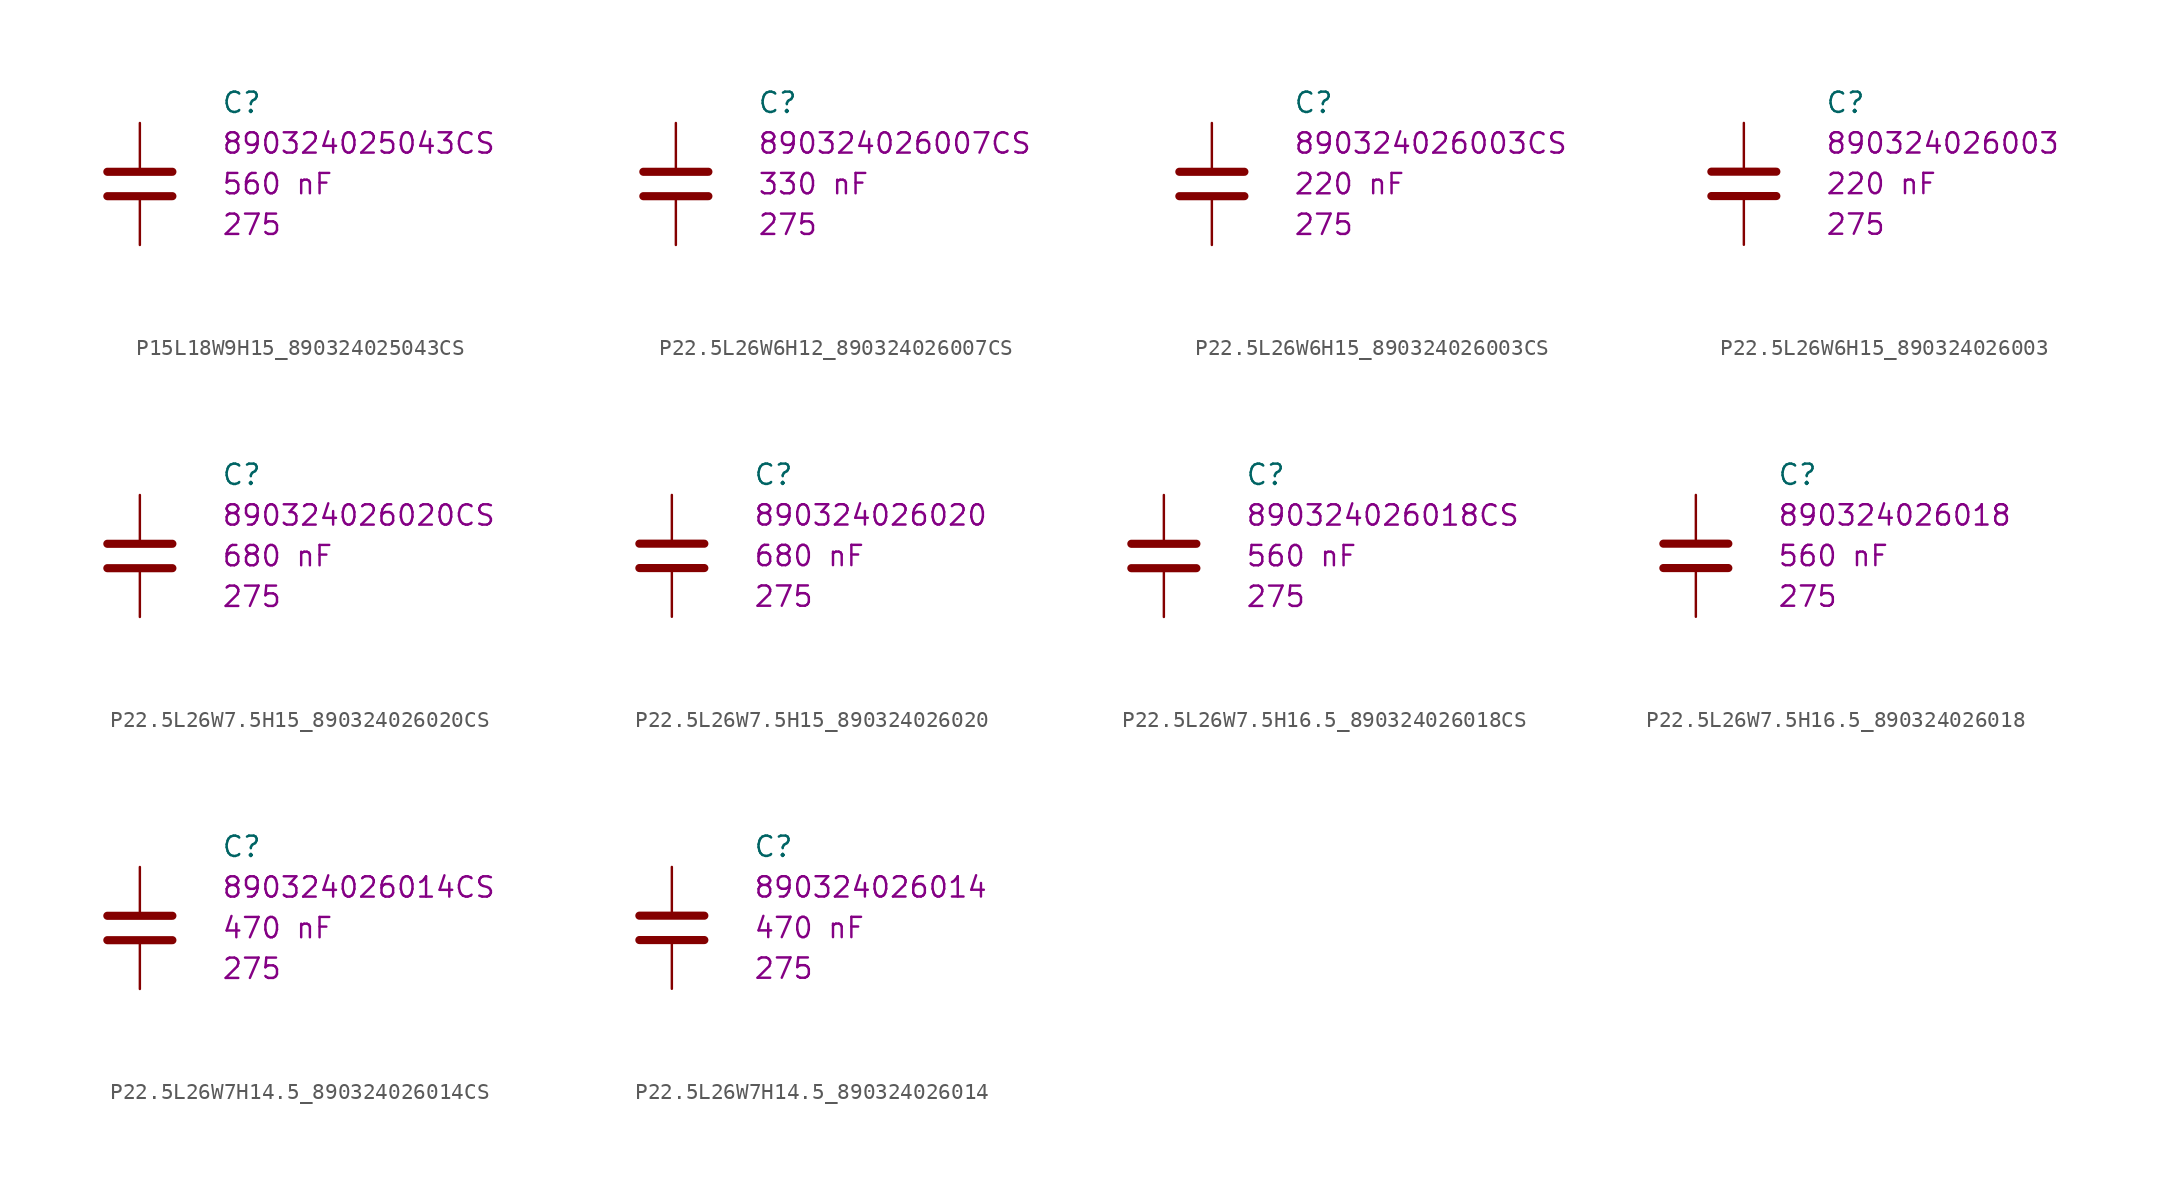
<source format=kicad_sym>
(kicad_symbol_lib
  (version 20220914)
  (generator kicad_symbol_editor)
  (symbol "P15L18W9H15_890324025043CS"
    (pin_numbers hide)
    (pin_names hide)
    (property "Reference" "C"
      (at 5.08 5.08 0)
      (effects (font (size 1.27 1.27)) (justify left)))
    (property "Part Number" "890324025043CS"
      (at 5.08 2.54 0)
      (effects (font (size 1.27 1.27)) (justify left)))
    (property "Capacitance" "560 nF"
      (at 5.08 0 0)
      (effects (font (size 1.27 1.27)) (justify left)))
    (property "Voltage" "275"
      (at 5.08 -2.54 0)
      (effects (font (size 1.27 1.27)) (justify left)))
    (property "Critical Parameter" ""
      (at 0 -7.62 0)
      (effects (font (size 1.27 1.27))))
    (symbol "P15L18W9H15_890324025043CS_0_1"
      (polyline (pts (xy -2.032 -0.762) (xy 2.032 -0.762)) (stroke (width 0.508) (type default)) (fill (type none)))
      (polyline (pts (xy -2.032 0.762) (xy 2.032 0.762)) (stroke (width 0.508) (type default)) (fill (type none))))
    (symbol "P15L18W9H15_890324025043CS_1_1"
      (pin passive line (at 0 3.81 270) (length 2.794) (name "1" (effects (font (size 1.27 1.27)))) (number "1" (effects (font (size 1.27 1.27)))))
      (pin passive line (at 0 -3.81 90) (length 2.794) (name "2" (effects (font (size 1.27 1.27)))) (number "2" (effects (font (size 1.27 1.27)))))))
  (symbol "P22.5L26W6H12_890324026007CS"
    (pin_numbers hide)
    (pin_names hide)
    (property "Reference" "C"
      (at 5.08 5.08 0)
      (effects (font (size 1.27 1.27)) (justify left)))
    (property "Part Number" "890324026007CS"
      (at 5.08 2.54 0)
      (effects (font (size 1.27 1.27)) (justify left)))
    (property "Capacitance" "330 nF"
      (at 5.08 0 0)
      (effects (font (size 1.27 1.27)) (justify left)))
    (property "Voltage" "275"
      (at 5.08 -2.54 0)
      (effects (font (size 1.27 1.27)) (justify left)))
    (property "Critical Parameter" ""
      (at 0 -7.62 0)
      (effects (font (size 1.27 1.27))))
    (symbol "P22.5L26W6H12_890324026007CS_0_1"
      (polyline (pts (xy -2.032 -0.762) (xy 2.032 -0.762)) (stroke (width 0.508) (type default)) (fill (type none)))
      (polyline (pts (xy -2.032 0.762) (xy 2.032 0.762)) (stroke (width 0.508) (type default)) (fill (type none))))
    (symbol "P22.5L26W6H12_890324026007CS_1_1"
      (pin passive line (at 0 3.81 270) (length 2.794) (name "1" (effects (font (size 1.27 1.27)))) (number "1" (effects (font (size 1.27 1.27)))))
      (pin passive line (at 0 -3.81 90) (length 2.794) (name "2" (effects (font (size 1.27 1.27)))) (number "2" (effects (font (size 1.27 1.27)))))))
  (symbol "P22.5L26W6H15_890324026003CS"
    (pin_numbers hide)
    (pin_names hide)
    (property "Reference" "C"
      (at 5.08 5.08 0)
      (effects (font (size 1.27 1.27)) (justify left)))
    (property "Part Number" "890324026003CS"
      (at 5.08 2.54 0)
      (effects (font (size 1.27 1.27)) (justify left)))
    (property "Capacitance" "220 nF"
      (at 5.08 0 0)
      (effects (font (size 1.27 1.27)) (justify left)))
    (property "Voltage" "275"
      (at 5.08 -2.54 0)
      (effects (font (size 1.27 1.27)) (justify left)))
    (property "Critical Parameter" ""
      (at 0 -7.62 0)
      (effects (font (size 1.27 1.27))))
    (symbol "P22.5L26W6H15_890324026003CS_0_1"
      (polyline (pts (xy -2.032 -0.762) (xy 2.032 -0.762)) (stroke (width 0.508) (type default)) (fill (type none)))
      (polyline (pts (xy -2.032 0.762) (xy 2.032 0.762)) (stroke (width 0.508) (type default)) (fill (type none))))
    (symbol "P22.5L26W6H15_890324026003CS_1_1"
      (pin passive line (at 0 3.81 270) (length 2.794) (name "1" (effects (font (size 1.27 1.27)))) (number "1" (effects (font (size 1.27 1.27)))))
      (pin passive line (at 0 -3.81 90) (length 2.794) (name "2" (effects (font (size 1.27 1.27)))) (number "2" (effects (font (size 1.27 1.27)))))))
  (symbol "P22.5L26W6H15_890324026003"
    (pin_numbers hide)
    (pin_names hide)
    (property "Reference" "C"
      (at 5.08 5.08 0)
      (effects (font (size 1.27 1.27)) (justify left)))
    (property "Part Number" "890324026003"
      (at 5.08 2.54 0)
      (effects (font (size 1.27 1.27)) (justify left)))
    (property "Capacitance" "220 nF"
      (at 5.08 0 0)
      (effects (font (size 1.27 1.27)) (justify left)))
    (property "Voltage" "275"
      (at 5.08 -2.54 0)
      (effects (font (size 1.27 1.27)) (justify left)))
    (property "Critical Parameter" ""
      (at 0 -7.62 0)
      (effects (font (size 1.27 1.27))))
    (symbol "P22.5L26W6H15_890324026003_0_1"
      (polyline (pts (xy -2.032 -0.762) (xy 2.032 -0.762)) (stroke (width 0.508) (type default)) (fill (type none)))
      (polyline (pts (xy -2.032 0.762) (xy 2.032 0.762)) (stroke (width 0.508) (type default)) (fill (type none))))
    (symbol "P22.5L26W6H15_890324026003_1_1"
      (pin passive line (at 0 3.81 270) (length 2.794) (name "1" (effects (font (size 1.27 1.27)))) (number "1" (effects (font (size 1.27 1.27)))))
      (pin passive line (at 0 -3.81 90) (length 2.794) (name "2" (effects (font (size 1.27 1.27)))) (number "2" (effects (font (size 1.27 1.27)))))))
  (symbol "P22.5L26W7.5H15_890324026020CS"
    (pin_numbers hide)
    (pin_names hide)
    (property "Reference" "C"
      (at 5.08 5.08 0)
      (effects (font (size 1.27 1.27)) (justify left)))
    (property "Part Number" "890324026020CS"
      (at 5.08 2.54 0)
      (effects (font (size 1.27 1.27)) (justify left)))
    (property "Capacitance" "680 nF"
      (at 5.08 0 0)
      (effects (font (size 1.27 1.27)) (justify left)))
    (property "Voltage" "275"
      (at 5.08 -2.54 0)
      (effects (font (size 1.27 1.27)) (justify left)))
    (property "Critical Parameter" ""
      (at 0 -7.62 0)
      (effects (font (size 1.27 1.27))))
    (symbol "P22.5L26W7.5H15_890324026020CS_0_1"
      (polyline (pts (xy -2.032 -0.762) (xy 2.032 -0.762)) (stroke (width 0.508) (type default)) (fill (type none)))
      (polyline (pts (xy -2.032 0.762) (xy 2.032 0.762)) (stroke (width 0.508) (type default)) (fill (type none))))
    (symbol "P22.5L26W7.5H15_890324026020CS_1_1"
      (pin passive line (at 0 3.81 270) (length 2.794) (name "1" (effects (font (size 1.27 1.27)))) (number "1" (effects (font (size 1.27 1.27)))))
      (pin passive line (at 0 -3.81 90) (length 2.794) (name "2" (effects (font (size 1.27 1.27)))) (number "2" (effects (font (size 1.27 1.27)))))))
  (symbol "P22.5L26W7.5H15_890324026020"
    (pin_numbers hide)
    (pin_names hide)
    (property "Reference" "C"
      (at 5.08 5.08 0)
      (effects (font (size 1.27 1.27)) (justify left)))
    (property "Part Number" "890324026020"
      (at 5.08 2.54 0)
      (effects (font (size 1.27 1.27)) (justify left)))
    (property "Capacitance" "680 nF"
      (at 5.08 0 0)
      (effects (font (size 1.27 1.27)) (justify left)))
    (property "Voltage" "275"
      (at 5.08 -2.54 0)
      (effects (font (size 1.27 1.27)) (justify left)))
    (property "Critical Parameter" ""
      (at 0 -7.62 0)
      (effects (font (size 1.27 1.27))))
    (symbol "P22.5L26W7.5H15_890324026020_0_1"
      (polyline (pts (xy -2.032 -0.762) (xy 2.032 -0.762)) (stroke (width 0.508) (type default)) (fill (type none)))
      (polyline (pts (xy -2.032 0.762) (xy 2.032 0.762)) (stroke (width 0.508) (type default)) (fill (type none))))
    (symbol "P22.5L26W7.5H15_890324026020_1_1"
      (pin passive line (at 0 3.81 270) (length 2.794) (name "1" (effects (font (size 1.27 1.27)))) (number "1" (effects (font (size 1.27 1.27)))))
      (pin passive line (at 0 -3.81 90) (length 2.794) (name "2" (effects (font (size 1.27 1.27)))) (number "2" (effects (font (size 1.27 1.27)))))))
  (symbol "P22.5L26W7.5H16.5_890324026018CS"
    (pin_numbers hide)
    (pin_names hide)
    (property "Reference" "C"
      (at 5.08 5.08 0)
      (effects (font (size 1.27 1.27)) (justify left)))
    (property "Part Number" "890324026018CS"
      (at 5.08 2.54 0)
      (effects (font (size 1.27 1.27)) (justify left)))
    (property "Capacitance" "560 nF"
      (at 5.08 0 0)
      (effects (font (size 1.27 1.27)) (justify left)))
    (property "Voltage" "275"
      (at 5.08 -2.54 0)
      (effects (font (size 1.27 1.27)) (justify left)))
    (property "Critical Parameter" ""
      (at 0 -7.62 0)
      (effects (font (size 1.27 1.27))))
    (symbol "P22.5L26W7.5H16.5_890324026018CS_0_1"
      (polyline (pts (xy -2.032 -0.762) (xy 2.032 -0.762)) (stroke (width 0.508) (type default)) (fill (type none)))
      (polyline (pts (xy -2.032 0.762) (xy 2.032 0.762)) (stroke (width 0.508) (type default)) (fill (type none))))
    (symbol "P22.5L26W7.5H16.5_890324026018CS_1_1"
      (pin passive line (at 0 3.81 270) (length 2.794) (name "1" (effects (font (size 1.27 1.27)))) (number "1" (effects (font (size 1.27 1.27)))))
      (pin passive line (at 0 -3.81 90) (length 2.794) (name "2" (effects (font (size 1.27 1.27)))) (number "2" (effects (font (size 1.27 1.27)))))))
  (symbol "P22.5L26W7.5H16.5_890324026018"
    (pin_numbers hide)
    (pin_names hide)
    (property "Reference" "C"
      (at 5.08 5.08 0)
      (effects (font (size 1.27 1.27)) (justify left)))
    (property "Part Number" "890324026018"
      (at 5.08 2.54 0)
      (effects (font (size 1.27 1.27)) (justify left)))
    (property "Capacitance" "560 nF"
      (at 5.08 0 0)
      (effects (font (size 1.27 1.27)) (justify left)))
    (property "Voltage" "275"
      (at 5.08 -2.54 0)
      (effects (font (size 1.27 1.27)) (justify left)))
    (property "Critical Parameter" ""
      (at 0 -7.62 0)
      (effects (font (size 1.27 1.27))))
    (symbol "P22.5L26W7.5H16.5_890324026018_0_1"
      (polyline (pts (xy -2.032 -0.762) (xy 2.032 -0.762)) (stroke (width 0.508) (type default)) (fill (type none)))
      (polyline (pts (xy -2.032 0.762) (xy 2.032 0.762)) (stroke (width 0.508) (type default)) (fill (type none))))
    (symbol "P22.5L26W7.5H16.5_890324026018_1_1"
      (pin passive line (at 0 3.81 270) (length 2.794) (name "1" (effects (font (size 1.27 1.27)))) (number "1" (effects (font (size 1.27 1.27)))))
      (pin passive line (at 0 -3.81 90) (length 2.794) (name "2" (effects (font (size 1.27 1.27)))) (number "2" (effects (font (size 1.27 1.27)))))))
  (symbol "P22.5L26W7H14.5_890324026014CS"
    (pin_numbers hide)
    (pin_names hide)
    (property "Reference" "C"
      (at 5.08 5.08 0)
      (effects (font (size 1.27 1.27)) (justify left)))
    (property "Part Number" "890324026014CS"
      (at 5.08 2.54 0)
      (effects (font (size 1.27 1.27)) (justify left)))
    (property "Capacitance" "470 nF"
      (at 5.08 0 0)
      (effects (font (size 1.27 1.27)) (justify left)))
    (property "Voltage" "275"
      (at 5.08 -2.54 0)
      (effects (font (size 1.27 1.27)) (justify left)))
    (property "Critical Parameter" ""
      (at 0 -7.62 0)
      (effects (font (size 1.27 1.27))))
    (symbol "P22.5L26W7H14.5_890324026014CS_0_1"
      (polyline (pts (xy -2.032 -0.762) (xy 2.032 -0.762)) (stroke (width 0.508) (type default)) (fill (type none)))
      (polyline (pts (xy -2.032 0.762) (xy 2.032 0.762)) (stroke (width 0.508) (type default)) (fill (type none))))
    (symbol "P22.5L26W7H14.5_890324026014CS_1_1"
      (pin passive line (at 0 3.81 270) (length 2.794) (name "1" (effects (font (size 1.27 1.27)))) (number "1" (effects (font (size 1.27 1.27)))))
      (pin passive line (at 0 -3.81 90) (length 2.794) (name "2" (effects (font (size 1.27 1.27)))) (number "2" (effects (font (size 1.27 1.27)))))))
  (symbol "P22.5L26W7H14.5_890324026014"
    (pin_numbers hide)
    (pin_names hide)
    (property "Reference" "C"
      (at 5.08 5.08 0)
      (effects (font (size 1.27 1.27)) (justify left)))
    (property "Part Number" "890324026014"
      (at 5.08 2.54 0)
      (effects (font (size 1.27 1.27)) (justify left)))
    (property "Capacitance" "470 nF"
      (at 5.08 0 0)
      (effects (font (size 1.27 1.27)) (justify left)))
    (property "Voltage" "275"
      (at 5.08 -2.54 0)
      (effects (font (size 1.27 1.27)) (justify left)))
    (property "Critical Parameter" ""
      (at 0 -7.62 0)
      (effects (font (size 1.27 1.27))))
    (symbol "P22.5L26W7H14.5_890324026014_0_1"
      (polyline (pts (xy -2.032 -0.762) (xy 2.032 -0.762)) (stroke (width 0.508) (type default)) (fill (type none)))
      (polyline (pts (xy -2.032 0.762) (xy 2.032 0.762)) (stroke (width 0.508) (type default)) (fill (type none))))
    (symbol "P22.5L26W7H14.5_890324026014_1_1"
      (pin passive line (at 0 3.81 270) (length 2.794) (name "1" (effects (font (size 1.27 1.27)))) (number "1" (effects (font (size 1.27 1.27)))))
      (pin passive line (at 0 -3.81 90) (length 2.794) (name "2" (effects (font (size 1.27 1.27)))) (number "2" (effects (font (size 1.27 1.27))))))))
</source>
